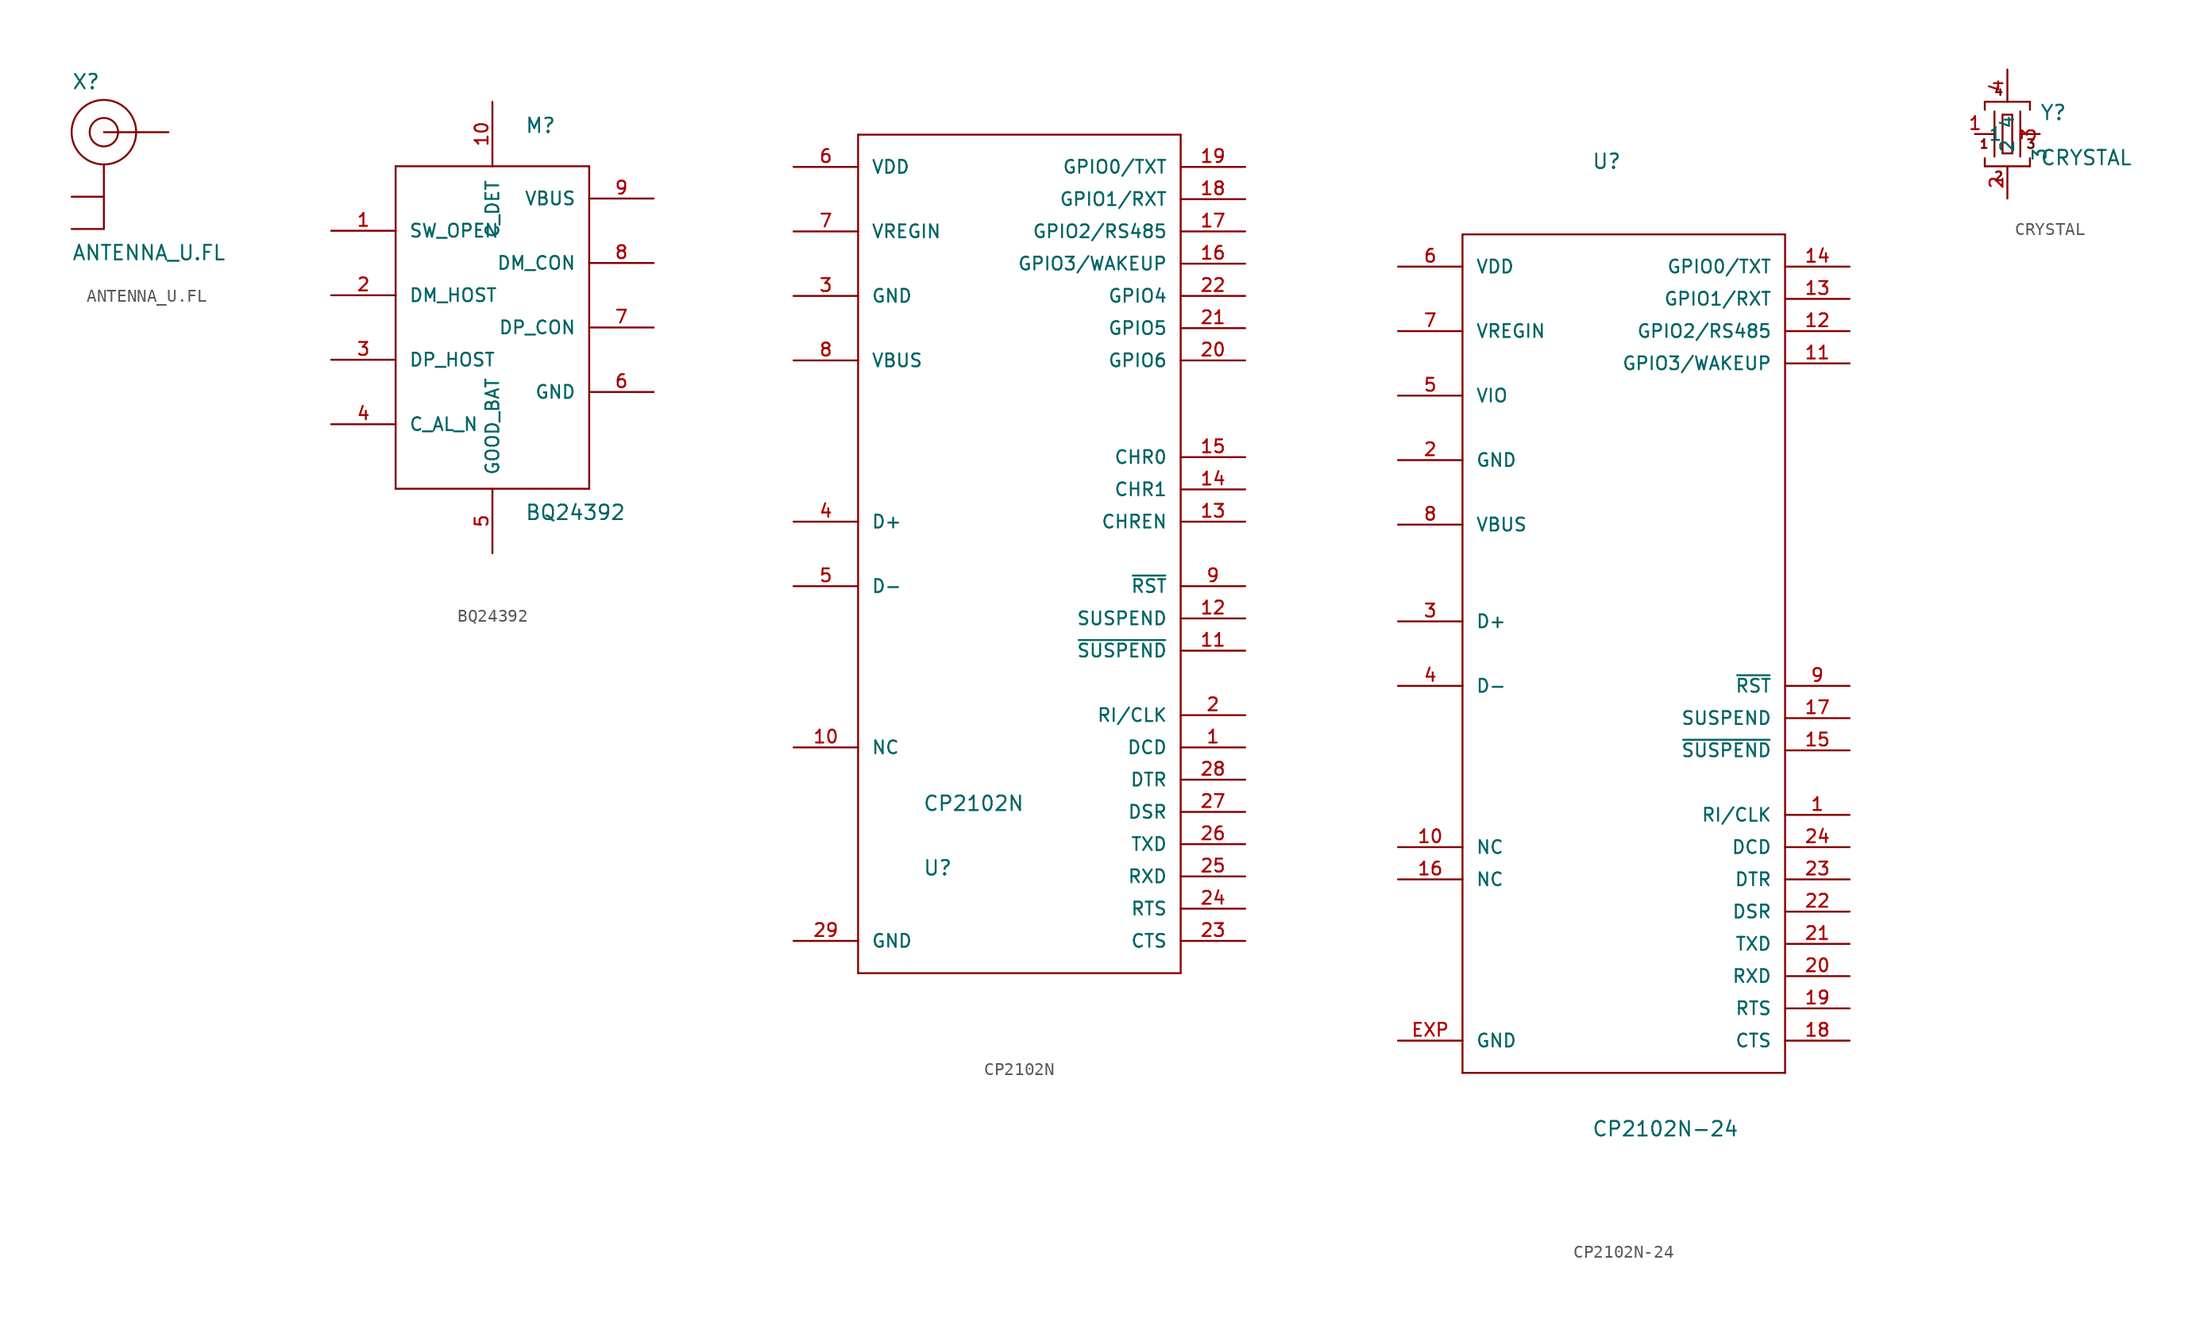
<source format=kicad_sym>
(kicad_symbol_lib
  (version 20241209)
  (generator "kicad_symbol_editor")
  (generator_version "9.0")
  (symbol "ANTENNA_U.FL"
    (pin_numbers
      (hide yes))
    (pin_names
      (offset 1.016)
      (hide yes))
    (property "Reference" "X"
      (at -2.54 3.302 0)
      (effects (font (size 1.143 1.143)) (justify left bottom)))
    (property "Value" "ANTENNA_U.FL"
      (at -2.54 -10.16 0)
      (effects (font (size 1.143 1.143)) (justify left bottom)))
    (property "ki_locked" ""
      (at 0 0 0)
      (effects (font (size 1.27 1.27))))
    (symbol "ANTENNA_U.FL_1_0"
      (polyline (pts (xy 0 -2.54) (xy 0 -7.62)) (stroke (width 0) (type solid)) (fill (type none))))
    (symbol "ANTENNA_U.FL_1_1"
      (circle (center 0 0) (radius 1.118) (stroke (width 0) (type solid)) (fill (type none)))
      (circle (center 0 0) (radius 2.54) (stroke (width 0) (type solid)) (fill (type none)))
      (pin passive line (at -2.54 -5.08 0) (length 2.54) (name "GND" (effects (font (size 1.016 1.016)))) (number "1" (effects (font (size 1.016 1.016)))))
      (pin passive line (at -2.54 -7.62 0) (length 2.54) (name "GND" (effects (font (size 1.016 1.016)))) (number "2" (effects (font (size 1.016 1.016)))))
      (pin passive line (at 5.08 0 180) (length 5.08) (name "SIGNAL" (effects (font (size 1.016 1.016)))) (number "3" (effects (font (size 1.016 1.016)))))))
  (symbol "BQ24392"
    (pin_names
      (offset 1.016))
    (property "Reference" "M"
      (at 2.54 17.78 0)
      (effects (font (size 1.143 1.143)) (justify left bottom)))
    (property "Value" "BQ24392"
      (at 2.54 -12.7 0)
      (effects (font (size 1.143 1.143)) (justify left bottom)))
    (property "ki_locked" ""
      (at 0 0 0)
      (effects (font (size 1.27 1.27))))
    (symbol "BQ24392_1_0"
      (polyline (pts (xy -7.62 15.24) (xy -7.62 -10.16)) (stroke (width 0) (type solid)) (fill (type none)))
      (polyline (pts (xy -7.62 -10.16) (xy 7.62 -10.16)) (stroke (width 0) (type solid)) (fill (type none)))
      (polyline (pts (xy 7.62 15.24) (xy -7.62 15.24)) (stroke (width 0) (type solid)) (fill (type none)))
      (polyline (pts (xy 7.62 -10.16) (xy 7.62 15.24)) (stroke (width 0) (type solid)) (fill (type none))))
    (symbol "BQ24392_1_1"
      (pin passive line (at -12.7 10.16 0) (length 5.08) (name "SW_OPEN" (effects (font (size 1.016 1.016)))) (number "1" (effects (font (size 1.016 1.016)))))
      (pin passive line (at -12.7 5.08 0) (length 5.08) (name "DM_HOST" (effects (font (size 1.016 1.016)))) (number "2" (effects (font (size 1.016 1.016)))))
      (pin passive line (at -12.7 0 0) (length 5.08) (name "DP_HOST" (effects (font (size 1.016 1.016)))) (number "3" (effects (font (size 1.016 1.016)))))
      (pin passive line (at -12.7 -5.08 0) (length 5.08) (name "C_AL_N" (effects (font (size 1.016 1.016)))) (number "4" (effects (font (size 1.016 1.016)))))
      (pin passive line (at 0 20.32 270) (length 5.08) (name "C_DET" (effects (font (size 1.016 1.016)))) (number "10" (effects (font (size 1.016 1.016)))))
      (pin passive line (at 0 -15.24 90) (length 5.08) (name "GOOD_BAT" (effects (font (size 1.016 1.016)))) (number "5" (effects (font (size 1.016 1.016)))))
      (pin power_in line (at 12.7 12.7 180) (length 5.08) (name "VBUS" (effects (font (size 1.016 1.016)))) (number "9" (effects (font (size 1.016 1.016)))))
      (pin passive line (at 12.7 7.62 180) (length 5.08) (name "DM_CON" (effects (font (size 1.016 1.016)))) (number "8" (effects (font (size 1.016 1.016)))))
      (pin passive line (at 12.7 2.54 180) (length 5.08) (name "DP_CON" (effects (font (size 1.016 1.016)))) (number "7" (effects (font (size 1.016 1.016)))))
      (pin power_in line (at 12.7 -2.54 180) (length 5.08) (name "GND" (effects (font (size 1.016 1.016)))) (number "6" (effects (font (size 1.016 1.016)))))))
  (symbol "CP2102N"
    (pin_names
      (offset 1.016))
    (property "Reference" "U"
      (at -7.62 -25.4 0)
      (effects (font (size 1.143 1.143)) (justify left bottom)))
    (property "Value" "CP2102N"
      (at -7.62 -20.32 0)
      (effects (font (size 1.143 1.143)) (justify left bottom)))
    (property "ki_locked" ""
      (at 0 0 0)
      (effects (font (size 1.27 1.27))))
    (symbol "CP2102N_1_0"
      (polyline (pts (xy -12.7 33.02) (xy 12.7 33.02)) (stroke (width 0) (type solid)) (fill (type none)))
      (polyline (pts (xy -12.7 -33.02) (xy -12.7 33.02)) (stroke (width 0) (type solid)) (fill (type none)))
      (polyline (pts (xy 12.7 33.02) (xy 12.7 -33.02)) (stroke (width 0) (type solid)) (fill (type none)))
      (polyline (pts (xy 12.7 -33.02) (xy -12.7 -33.02)) (stroke (width 0) (type solid)) (fill (type none))))
    (symbol "CP2102N_1_1"
      (pin power_in line (at -17.78 30.48 0) (length 5.08) (name "VDD" (effects (font (size 1.016 1.016)))) (number "6" (effects (font (size 1.016 1.016)))))
      (pin power_in line (at -17.78 25.4 0) (length 5.08) (name "VREGIN" (effects (font (size 1.016 1.016)))) (number "7" (effects (font (size 1.016 1.016)))))
      (pin power_in line (at -17.78 20.32 0) (length 5.08) (name "GND" (effects (font (size 1.016 1.016)))) (number "3" (effects (font (size 1.016 1.016)))))
      (pin power_in line (at -17.78 15.24 0) (length 5.08) (name "VBUS" (effects (font (size 1.016 1.016)))) (number "8" (effects (font (size 1.016 1.016)))))
      (pin input line (at -17.78 2.54 0) (length 5.08) (name "D+" (effects (font (size 1.016 1.016)))) (number "4" (effects (font (size 1.016 1.016)))))
      (pin input line (at -17.78 -2.54 0) (length 5.08) (name "D-" (effects (font (size 1.016 1.016)))) (number "5" (effects (font (size 1.016 1.016)))))
      (pin unspecified line (at -17.78 -15.24 0) (length 5.08) (name "NC" (effects (font (size 1.016 1.016)))) (number "10" (effects (font (size 1.016 1.016)))))
      (pin power_in line (at -17.78 -30.48 0) (length 5.08) (name "GND" (effects (font (size 1.016 1.016)))) (number "29" (effects (font (size 1.016 1.016)))))
      (pin bidirectional line (at 17.78 30.48 180) (length 5.08) (name "GPIO0/TXT" (effects (font (size 1.016 1.016)))) (number "19" (effects (font (size 1.016 1.016)))))
      (pin bidirectional line (at 17.78 27.94 180) (length 5.08) (name "GPIO1/RXT" (effects (font (size 1.016 1.016)))) (number "18" (effects (font (size 1.016 1.016)))))
      (pin bidirectional line (at 17.78 25.4 180) (length 5.08) (name "GPIO2/RS485" (effects (font (size 1.016 1.016)))) (number "17" (effects (font (size 1.016 1.016)))))
      (pin bidirectional line (at 17.78 22.86 180) (length 5.08) (name "GPIO3/WAKEUP" (effects (font (size 1.016 1.016)))) (number "16" (effects (font (size 1.016 1.016)))))
      (pin bidirectional line (at 17.78 20.32 180) (length 5.08) (name "GPIO4" (effects (font (size 1.016 1.016)))) (number "22" (effects (font (size 1.016 1.016)))))
      (pin bidirectional line (at 17.78 17.78 180) (length 5.08) (name "GPIO5" (effects (font (size 1.016 1.016)))) (number "21" (effects (font (size 1.016 1.016)))))
      (pin bidirectional line (at 17.78 15.24 180) (length 5.08) (name "GPIO6" (effects (font (size 1.016 1.016)))) (number "20" (effects (font (size 1.016 1.016)))))
      (pin output line (at 17.78 7.62 180) (length 5.08) (name "CHR0" (effects (font (size 1.016 1.016)))) (number "15" (effects (font (size 1.016 1.016)))))
      (pin output line (at 17.78 5.08 180) (length 5.08) (name "CHR1" (effects (font (size 1.016 1.016)))) (number "14" (effects (font (size 1.016 1.016)))))
      (pin output line (at 17.78 2.54 180) (length 5.08) (name "CHREN" (effects (font (size 1.016 1.016)))) (number "13" (effects (font (size 1.016 1.016)))))
      (pin bidirectional line (at 17.78 -2.54 180) (length 5.08) (name "~{RST}" (effects (font (size 1.016 1.016)))) (number "9" (effects (font (size 1.016 1.016)))))
      (pin output line (at 17.78 -5.08 180) (length 5.08) (name "SUSPEND" (effects (font (size 1.016 1.016)))) (number "12" (effects (font (size 1.016 1.016)))))
      (pin output line (at 17.78 -7.62 180) (length 5.08) (name "~{SUSPEND}" (effects (font (size 1.016 1.016)))) (number "11" (effects (font (size 1.016 1.016)))))
      (pin bidirectional line (at 17.78 -12.7 180) (length 5.08) (name "RI/CLK" (effects (font (size 1.016 1.016)))) (number "2" (effects (font (size 1.016 1.016)))))
      (pin input line (at 17.78 -15.24 180) (length 5.08) (name "DCD" (effects (font (size 1.016 1.016)))) (number "1" (effects (font (size 1.016 1.016)))))
      (pin output line (at 17.78 -17.78 180) (length 5.08) (name "DTR" (effects (font (size 1.016 1.016)))) (number "28" (effects (font (size 1.016 1.016)))))
      (pin input line (at 17.78 -20.32 180) (length 5.08) (name "DSR" (effects (font (size 1.016 1.016)))) (number "27" (effects (font (size 1.016 1.016)))))
      (pin output line (at 17.78 -22.86 180) (length 5.08) (name "TXD" (effects (font (size 1.016 1.016)))) (number "26" (effects (font (size 1.016 1.016)))))
      (pin input line (at 17.78 -25.4 180) (length 5.08) (name "RXD" (effects (font (size 1.016 1.016)))) (number "25" (effects (font (size 1.016 1.016)))))
      (pin output line (at 17.78 -27.94 180) (length 5.08) (name "RTS" (effects (font (size 1.016 1.016)))) (number "24" (effects (font (size 1.016 1.016)))))
      (pin input line (at 17.78 -30.48 180) (length 5.08) (name "CTS" (effects (font (size 1.016 1.016)))) (number "23" (effects (font (size 1.016 1.016)))))))
  (symbol "CP2102N-24"
    (pin_names
      (offset 1.016))
    (property "Reference" "U"
      (at -2.54 38.1 0)
      (effects (font (size 1.143 1.143)) (justify left bottom)))
    (property "Value" "CP2102N-24"
      (at -2.54 -38.1 0)
      (effects (font (size 1.143 1.143)) (justify left bottom)))
    (property "ki_locked" ""
      (at 0 0 0)
      (effects (font (size 1.27 1.27))))
    (symbol "CP2102N-24_1_0"
      (polyline (pts (xy -12.7 33.02) (xy 12.7 33.02)) (stroke (width 0) (type solid)) (fill (type none)))
      (polyline (pts (xy -12.7 -33.02) (xy -12.7 33.02)) (stroke (width 0) (type solid)) (fill (type none)))
      (polyline (pts (xy 12.7 33.02) (xy 12.7 -33.02)) (stroke (width 0) (type solid)) (fill (type none)))
      (polyline (pts (xy 12.7 -33.02) (xy -12.7 -33.02)) (stroke (width 0) (type solid)) (fill (type none))))
    (symbol "CP2102N-24_1_1"
      (pin power_in line (at -17.78 30.48 0) (length 5.08) (name "VDD" (effects (font (size 1.016 1.016)))) (number "6" (effects (font (size 1.016 1.016)))))
      (pin power_in line (at -17.78 25.4 0) (length 5.08) (name "VREGIN" (effects (font (size 1.016 1.016)))) (number "7" (effects (font (size 1.016 1.016)))))
      (pin power_in line (at -17.78 20.32 0) (length 5.08) (name "VIO" (effects (font (size 1.016 1.016)))) (number "5" (effects (font (size 1.016 1.016)))))
      (pin power_in line (at -17.78 15.24 0) (length 5.08) (name "GND" (effects (font (size 1.016 1.016)))) (number "2" (effects (font (size 1.016 1.016)))))
      (pin power_in line (at -17.78 10.16 0) (length 5.08) (name "VBUS" (effects (font (size 1.016 1.016)))) (number "8" (effects (font (size 1.016 1.016)))))
      (pin input line (at -17.78 2.54 0) (length 5.08) (name "D+" (effects (font (size 1.016 1.016)))) (number "3" (effects (font (size 1.016 1.016)))))
      (pin input line (at -17.78 -2.54 0) (length 5.08) (name "D-" (effects (font (size 1.016 1.016)))) (number "4" (effects (font (size 1.016 1.016)))))
      (pin unspecified line (at -17.78 -15.24 0) (length 5.08) (name "NC" (effects (font (size 1.016 1.016)))) (number "10" (effects (font (size 1.016 1.016)))))
      (pin unspecified line (at -17.78 -17.78 0) (length 5.08) (name "NC" (effects (font (size 1.016 1.016)))) (number "16" (effects (font (size 1.016 1.016)))))
      (pin power_in line (at -17.78 -30.48 0) (length 5.08) (name "GND" (effects (font (size 1.016 1.016)))) (number "EXP" (effects (font (size 1.016 1.016)))))
      (pin bidirectional line (at 17.78 30.48 180) (length 5.08) (name "GPIO0/TXT" (effects (font (size 1.016 1.016)))) (number "14" (effects (font (size 1.016 1.016)))))
      (pin bidirectional line (at 17.78 27.94 180) (length 5.08) (name "GPIO1/RXT" (effects (font (size 1.016 1.016)))) (number "13" (effects (font (size 1.016 1.016)))))
      (pin bidirectional line (at 17.78 25.4 180) (length 5.08) (name "GPIO2/RS485" (effects (font (size 1.016 1.016)))) (number "12" (effects (font (size 1.016 1.016)))))
      (pin bidirectional line (at 17.78 22.86 180) (length 5.08) (name "GPIO3/WAKEUP" (effects (font (size 1.016 1.016)))) (number "11" (effects (font (size 1.016 1.016)))))
      (pin bidirectional line (at 17.78 -2.54 180) (length 5.08) (name "~{RST}" (effects (font (size 1.016 1.016)))) (number "9" (effects (font (size 1.016 1.016)))))
      (pin output line (at 17.78 -5.08 180) (length 5.08) (name "SUSPEND" (effects (font (size 1.016 1.016)))) (number "17" (effects (font (size 1.016 1.016)))))
      (pin output line (at 17.78 -7.62 180) (length 5.08) (name "~{SUSPEND}" (effects (font (size 1.016 1.016)))) (number "15" (effects (font (size 1.016 1.016)))))
      (pin bidirectional line (at 17.78 -12.7 180) (length 5.08) (name "RI/CLK" (effects (font (size 1.016 1.016)))) (number "1" (effects (font (size 1.016 1.016)))))
      (pin input line (at 17.78 -15.24 180) (length 5.08) (name "DCD" (effects (font (size 1.016 1.016)))) (number "24" (effects (font (size 1.016 1.016)))))
      (pin output line (at 17.78 -17.78 180) (length 5.08) (name "DTR" (effects (font (size 1.016 1.016)))) (number "23" (effects (font (size 1.016 1.016)))))
      (pin input line (at 17.78 -20.32 180) (length 5.08) (name "DSR" (effects (font (size 1.016 1.016)))) (number "22" (effects (font (size 1.016 1.016)))))
      (pin output line (at 17.78 -22.86 180) (length 5.08) (name "TXD" (effects (font (size 1.016 1.016)))) (number "21" (effects (font (size 1.016 1.016)))))
      (pin input line (at 17.78 -25.4 180) (length 5.08) (name "RXD" (effects (font (size 1.016 1.016)))) (number "20" (effects (font (size 1.016 1.016)))))
      (pin output line (at 17.78 -27.94 180) (length 5.08) (name "RTS" (effects (font (size 1.016 1.016)))) (number "19" (effects (font (size 1.016 1.016)))))
      (pin input line (at 17.78 -30.48 180) (length 5.08) (name "CTS" (effects (font (size 1.016 1.016)))) (number "18" (effects (font (size 1.016 1.016)))))))
  (symbol "CRYSTAL"
    (pin_names
      (offset 1.016))
    (property "Reference" "Y"
      (at 2.54 1.016 0)
      (effects (font (size 1.143 1.143)) (justify left bottom)))
    (property "Value" "CRYSTAL"
      (at 2.54 -2.54 0)
      (effects (font (size 1.143 1.143)) (justify left bottom)))
    (property "ki_locked" ""
      (at 0 0 0)
      (effects (font (size 1.27 1.27))))
    (symbol "CRYSTAL_1_0"
      (polyline (pts (xy -2.54 0) (xy -1.016 0)) (stroke (width 0) (type solid)) (fill (type none)))
      (polyline (pts (xy -1.778 2.54) (xy 1.778 2.54)) (stroke (width 0) (type solid)) (fill (type none)))
      (polyline (pts (xy -1.778 1.905) (xy -1.778 2.54)) (stroke (width 0) (type solid)) (fill (type none)))
      (polyline (pts (xy -1.778 -2.54) (xy -1.778 -1.905)) (stroke (width 0) (type solid)) (fill (type none)))
      (polyline (pts (xy -1.778 -2.54) (xy 1.778 -2.54)) (stroke (width 0) (type solid)) (fill (type none)))
      (polyline (pts (xy -1.016 1.778) (xy -1.016 -1.778)) (stroke (width 0) (type solid)) (fill (type none)))
      (polyline (pts (xy -0.381 1.524) (xy -0.381 -1.524)) (stroke (width 0) (type solid)) (fill (type none)))
      (polyline (pts (xy -0.381 -1.524) (xy 0.381 -1.524)) (stroke (width 0) (type solid)) (fill (type none)))
      (polyline (pts (xy 0.381 1.524) (xy -0.381 1.524)) (stroke (width 0) (type solid)) (fill (type none)))
      (polyline (pts (xy 0.381 -1.524) (xy 0.381 1.524)) (stroke (width 0) (type solid)) (fill (type none)))
      (polyline (pts (xy 1.016 1.778) (xy 1.016 -1.778)) (stroke (width 0) (type solid)) (fill (type none)))
      (polyline (pts (xy 1.016 0) (xy 2.54 0)) (stroke (width 0) (type solid)) (fill (type none)))
      (polyline (pts (xy 1.778 2.54) (xy 1.778 1.905)) (stroke (width 0) (type solid)) (fill (type none)))
      (polyline (pts (xy 1.778 -1.905) (xy 1.778 -2.54)) (stroke (width 0) (type solid)) (fill (type none)))
      (text "1" (at -1.829 -0.787 0) (effects (font (size 0.686 0.686))))
      (text "4" (at -0.686 3.378 0) (effects (font (size 0.686 0.686))))
      (text "2" (at -0.686 -3.327 0) (effects (font (size 0.686 0.686))))
      (text "3" (at 1.854 -0.787 0) (effects (font (size 0.686 0.686)))))
    (symbol "CRYSTAL_1_1"
      (pin passive line (at -2.54 0 0) (length 0) (name "1" (effects (font (size 1.016 1.016)))) (number "1" (effects (font (size 1.016 1.016)))))
      (pin passive line (at 0 5.08 270) (length 2.54) (name "4" (effects (font (size 1.016 1.016)))) (number "4" (effects (font (size 1.016 1.016)))))
      (pin passive line (at 0 -5.08 90) (length 2.54) (name "2" (effects (font (size 1.016 1.016)))) (number "2" (effects (font (size 1.016 1.016)))))
      (pin passive line (at 2.54 0 270) (length 0) (name "3" (effects (font (size 1.016 1.016)))) (number "3" (effects (font (size 1.016 1.016))))))))
</source>
